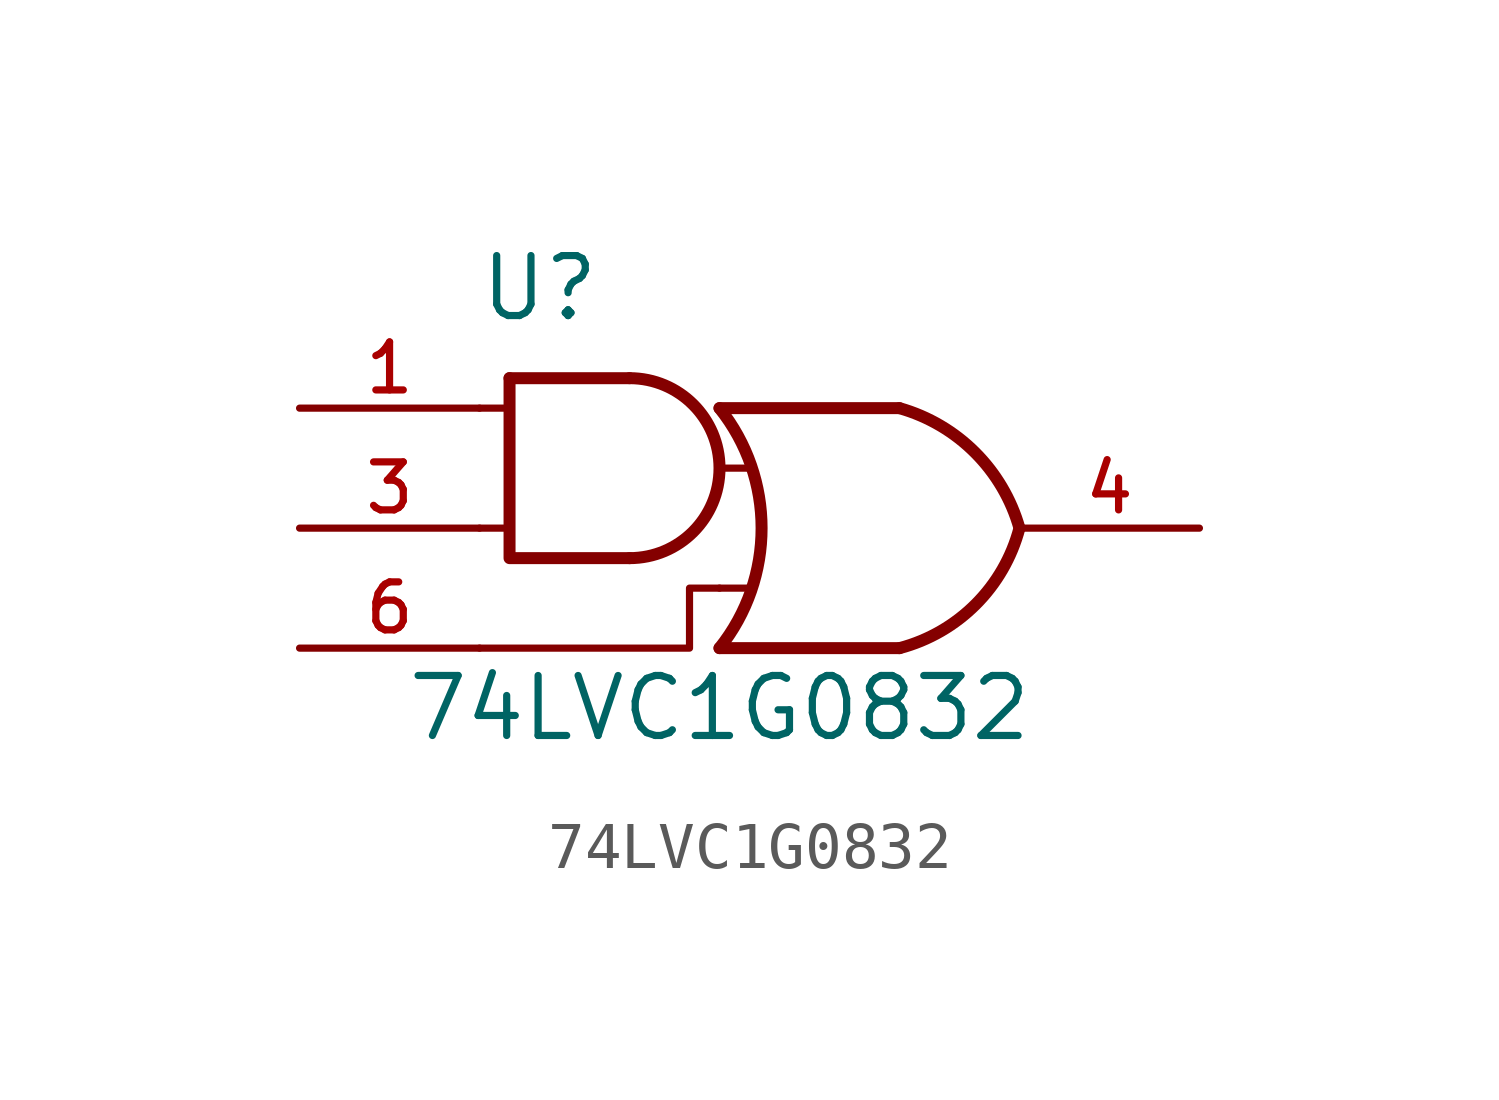
<source format=kicad_sym>
(kicad_symbol_lib
  (version 20201005)
  (generator kicad_symbol_editor)
  (symbol "74LVC1G0832"
    (pin_names
      (offset 1.016))
    (property "Reference" "U"
      (at -3.81 5.08 0)
      (effects (font (size 1.27 1.27))))
    (property "Value" "74LVC1G0832"
      (at 0 -3.81 0)
      (effects (font (size 1.27 1.27))))
    (symbol "74LVC1G0832_0_1"
      (arc (start 0 2.54) (end 0 -2.54) (radius (at -3.175 0) (length 4.064) (angles 38.6 -38.6)) (stroke (width 0.254)) (fill (type none)))
      (arc (start -1.905 -0.635) (end -1.905 3.175) (radius (at -1.905 1.27) (length 1.905) (angles -89.9 89.9)) (stroke (width 0.254)) (fill (type none)))
      (arc (start 3.81 2.54) (end 6.35 0) (radius (at 2.8448 -0.9398) (length 3.6068) (angles 74.4 15)) (stroke (width 0.254)) (fill (type none)))
      (arc (start 3.81 -2.54) (end 6.35 0) (radius (at 2.8448 0.9398) (length 3.6068) (angles -74.4 -15)) (stroke (width 0.254)) (fill (type none)))
      (polyline (pts (xy -5.08 0) (xy -4.445 0)) (stroke (width 0)) (fill (type none)))
      (polyline (pts (xy -5.08 2.54) (xy -4.445 2.54)) (stroke (width 0)) (fill (type none)))
      (polyline (pts (xy -4.445 3.175) (xy -1.905 3.175)) (stroke (width 0.254)) (fill (type none)))
      (polyline (pts (xy 0 -1.27) (xy 0.635 -1.27)) (stroke (width 0)) (fill (type none)))
      (polyline (pts (xy 0 1.27) (xy 0.635 1.27)) (stroke (width 0)) (fill (type none)))
      (polyline (pts (xy -4.445 3.175) (xy -4.445 -0.635) (xy -1.905 -0.635)) (stroke (width 0.254)) (fill (type none)))
      (polyline (pts (xy 0 -1.27) (xy -0.635 -1.27) (xy -0.635 -1.905) (xy -0.635 -2.54) (xy -5.08 -2.54)) (stroke (width 0)) (fill (type none)))
      (polyline (pts (xy 3.81 -2.54) (xy 0 -2.54)) (stroke (width 0.254)) (fill (type background)))
      (polyline (pts (xy 3.81 2.54) (xy 0 2.54)) (stroke (width 0.254)) (fill (type background))))
    (symbol "74LVC1G0832_1_1"
      (pin input line (at -8.89 2.54 0) (length 3.81) (name "~" (effects (font (size 1.016 1.016)))) (number "1" (effects (font (size 1.016 1.016)))))
      (pin power_in line (at 3.81 -2.54 270) (length 0) hide (name "GND" (effects (font (size 1.016 1.016)))) (number "2" (effects (font (size 1.016 1.016)))))
      (pin input line (at -8.89 0 0) (length 3.81) (name "~" (effects (font (size 1.016 1.016)))) (number "3" (effects (font (size 1.016 1.016)))))
      (pin output line (at 10.16 0 180) (length 3.81) (name "~" (effects (font (size 1.016 1.016)))) (number "4" (effects (font (size 1.016 1.016)))))
      (pin power_in line (at 3.81 2.54 90) (length 0) hide (name "VCC" (effects (font (size 1.016 1.016)))) (number "5" (effects (font (size 1.016 1.016)))))
      (pin input line (at -8.89 -2.54 0) (length 3.81) (name "~" (effects (font (size 1.016 1.016)))) (number "6" (effects (font (size 1.016 1.016))))))))
</source>
